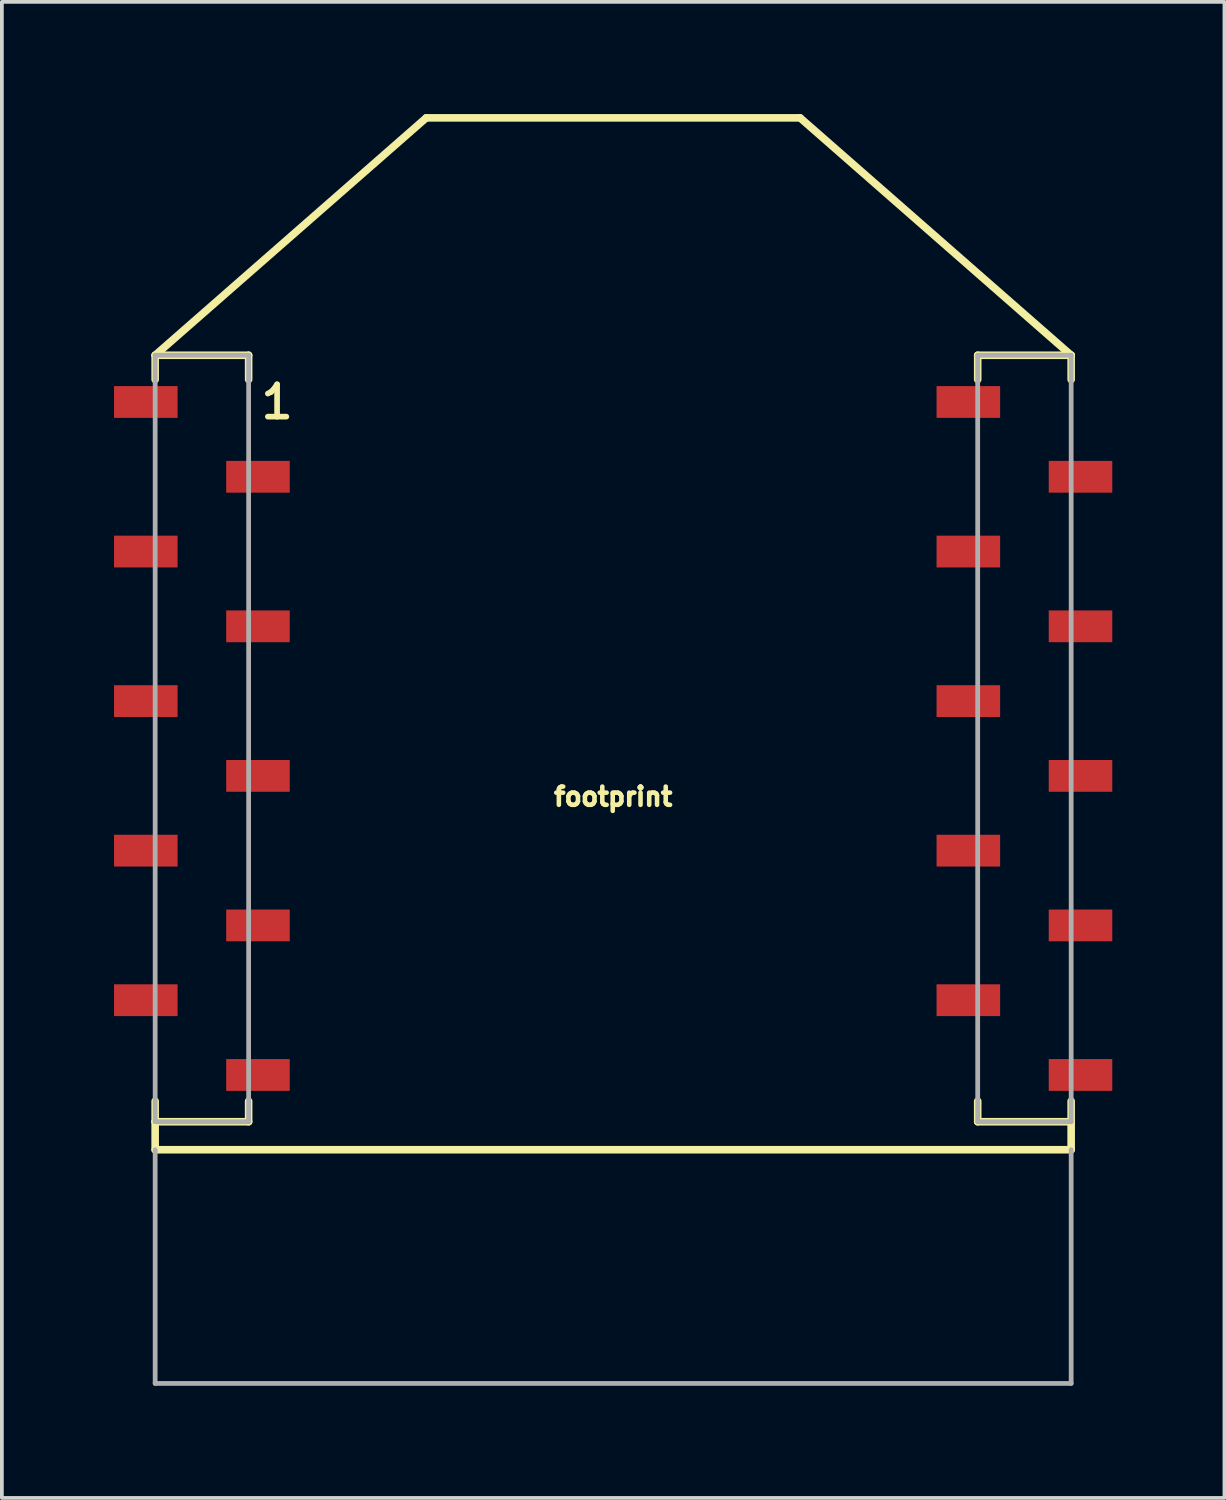
<source format=kicad_pcb>
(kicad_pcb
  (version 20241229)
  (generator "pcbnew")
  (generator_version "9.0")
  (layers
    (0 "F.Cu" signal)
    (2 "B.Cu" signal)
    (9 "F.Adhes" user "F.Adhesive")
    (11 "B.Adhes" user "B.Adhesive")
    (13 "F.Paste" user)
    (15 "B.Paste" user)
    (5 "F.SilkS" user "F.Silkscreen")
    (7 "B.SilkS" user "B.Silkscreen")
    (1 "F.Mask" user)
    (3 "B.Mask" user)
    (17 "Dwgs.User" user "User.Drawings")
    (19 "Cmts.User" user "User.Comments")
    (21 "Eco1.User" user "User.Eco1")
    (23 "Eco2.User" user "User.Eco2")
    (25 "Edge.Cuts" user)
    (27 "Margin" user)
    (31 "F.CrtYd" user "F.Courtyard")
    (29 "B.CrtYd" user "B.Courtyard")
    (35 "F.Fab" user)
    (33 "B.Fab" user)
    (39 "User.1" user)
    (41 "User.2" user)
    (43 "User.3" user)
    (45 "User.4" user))
  (footprint "footprint"
    (layer "F.Cu")
    (at 13.35 27.702)
    (property "Reference" "footprint" (at 0 -9.16 0) (layer "F.SilkS") (effects (font (size 0.488 0.488) (thickness 0.122)) (justify bottom)))
    (fp_line (start -12.25 -21.25) (end -12.25 -20.6) (stroke (width 0.203) (type solid)) (layer "F.SilkS"))
    (fp_line (start -12.25 -21.25) (end -5 -27.6) (stroke (width 0.203) (type solid)) (layer "F.SilkS"))
    (fp_line (start -12.25 -1.3) (end -12.25 -0.75) (stroke (width 0.203) (type solid)) (layer "F.SilkS"))
    (fp_line (start -12.25 -0.75) (end -12.25 0) (stroke (width 0.203) (type solid)) (layer "F.SilkS"))
    (fp_line (start -12.25 -0.75) (end -9.75 -0.75) (stroke (width 0.203) (type solid)) (layer "F.SilkS"))
    (fp_line (start -12.25 0) (end 12.25 0) (stroke (width 0.203) (type solid)) (layer "F.SilkS"))
    (fp_line (start -9.75 -21.25) (end -12.25 -21.25) (stroke (width 0.203) (type solid)) (layer "F.SilkS"))
    (fp_line (start -9.75 -20.6) (end -9.75 -21.25) (stroke (width 0.203) (type solid)) (layer "F.SilkS"))
    (fp_line (start -9.75 -0.75) (end -9.75 -1.3) (stroke (width 0.203) (type solid)) (layer "F.SilkS"))
    (fp_line (start -5 -27.6) (end 5 -27.6) (stroke (width 0.203) (type solid)) (layer "F.SilkS"))
    (fp_line (start 9.75 -21.25) (end 9.75 -20.6) (stroke (width 0.203) (type solid)) (layer "F.SilkS"))
    (fp_line (start 9.75 -0.75) (end 9.75 -1.3) (stroke (width 0.203) (type solid)) (layer "F.SilkS"))
    (fp_line (start 9.75 -0.75) (end 12.25 -0.75) (stroke (width 0.203) (type solid)) (layer "F.SilkS"))
    (fp_line (start 12.25 -21.25) (end 5 -27.6) (stroke (width 0.203) (type solid)) (layer "F.SilkS"))
    (fp_line (start 12.25 -21.25) (end 9.75 -21.25) (stroke (width 0.203) (type solid)) (layer "F.SilkS"))
    (fp_line (start 12.25 -20.6) (end 12.25 -21.25) (stroke (width 0.203) (type solid)) (layer "F.SilkS"))
    (fp_line (start 12.25 -0.75) (end 12.25 -1.3) (stroke (width 0.203) (type solid)) (layer "F.SilkS"))
    (fp_line (start 12.25 -0.75) (end 12.25 0) (stroke (width 0.203) (type solid)) (layer "F.SilkS"))
    (fp_line (start -12.25 -21.25) (end -9.75 -21.25) (stroke (width 0.127) (type solid)) (layer "F.Fab"))
    (fp_line (start -12.25 -0.75) (end -12.25 -21.25) (stroke (width 0.127) (type solid)) (layer "F.Fab"))
    (fp_line (start -12.25 -0.75) (end -9.75 -0.75) (stroke (width 0.127) (type solid)) (layer "F.Fab"))
    (fp_line (start -12.25 0) (end -12.25 6.25) (stroke (width 0.127) (type solid)) (layer "F.Fab"))
    (fp_line (start -12.25 6.25) (end 12.25 6.25) (stroke (width 0.127) (type solid)) (layer "F.Fab"))
    (fp_line (start -9.75 -21.25) (end -9.75 -0.75) (stroke (width 0.127) (type solid)) (layer "F.Fab"))
    (fp_line (start 9.75 -21.25) (end 12.25 -21.25) (stroke (width 0.127) (type solid)) (layer "F.Fab"))
    (fp_line (start 9.75 -0.75) (end 9.75 -21.25) (stroke (width 0.127) (type solid)) (layer "F.Fab"))
    (fp_line (start 9.75 -0.75) (end 12.25 -0.75) (stroke (width 0.127) (type solid)) (layer "F.Fab"))
    (fp_line (start 12.25 -21.25) (end 12.25 -0.75) (stroke (width 0.127) (type solid)) (layer "F.Fab"))
    (fp_line (start 12.25 0) (end 12.25 6.25) (stroke (width 0.127) (type solid)) (layer "F.Fab"))
    (fp_text user "1" (at -9.5 -20 0) (layer "F.SilkS") (effects (font (size 0.864 0.864) (thickness 0.152)) (justify left)))
    (pad "1" smd rect (at -12.5 -20 90) (size 0.85 1.7) (layers "F.Cu" "F.Mask" "F.Paste"))
    (pad "2" smd rect (at -9.5 -18 90) (size 0.85 1.7) (layers "F.Cu" "F.Mask" "F.Paste"))
    (pad "3" smd rect (at -12.5 -16 90) (size 0.85 1.7) (layers "F.Cu" "F.Mask" "F.Paste"))
    (pad "4" smd rect (at -9.5 -14 90) (size 0.85 1.7) (layers "F.Cu" "F.Mask" "F.Paste"))
    (pad "5" smd rect (at -12.5 -12 90) (size 0.85 1.7) (layers "F.Cu" "F.Mask" "F.Paste"))
    (pad "6" smd rect (at -9.5 -10 90) (size 0.85 1.7) (layers "F.Cu" "F.Mask" "F.Paste"))
    (pad "7" smd rect (at -12.5 -8 90) (size 0.85 1.7) (layers "F.Cu" "F.Mask" "F.Paste"))
    (pad "8" smd rect (at -9.5 -6 90) (size 0.85 1.7) (layers "F.Cu" "F.Mask" "F.Paste"))
    (pad "9" smd rect (at -12.5 -4 90) (size 0.85 1.7) (layers "F.Cu" "F.Mask" "F.Paste"))
    (pad "10" smd rect (at -9.5 -2 90) (size 0.85 1.7) (layers "F.Cu" "F.Mask" "F.Paste"))
    (pad "11" smd rect (at 12.5 -2 90) (size 0.85 1.7) (layers "F.Cu" "F.Mask" "F.Paste"))
    (pad "12" smd rect (at 9.5 -4 90) (size 0.85 1.7) (layers "F.Cu" "F.Mask" "F.Paste"))
    (pad "13" smd rect (at 12.5 -6 90) (size 0.85 1.7) (layers "F.Cu" "F.Mask" "F.Paste"))
    (pad "14" smd rect (at 9.5 -8 90) (size 0.85 1.7) (layers "F.Cu" "F.Mask" "F.Paste"))
    (pad "15" smd rect (at 12.5 -10 90) (size 0.85 1.7) (layers "F.Cu" "F.Mask" "F.Paste"))
    (pad "16" smd rect (at 9.5 -12 90) (size 0.85 1.7) (layers "F.Cu" "F.Mask" "F.Paste"))
    (pad "17" smd rect (at 12.5 -14 90) (size 0.85 1.7) (layers "F.Cu" "F.Mask" "F.Paste"))
    (pad "18" smd rect (at 9.5 -16 90) (size 0.85 1.7) (layers "F.Cu" "F.Mask" "F.Paste"))
    (pad "19" smd rect (at 12.5 -18 90) (size 0.85 1.7) (layers "F.Cu" "F.Mask" "F.Paste"))
    (pad "20" smd rect (at 9.5 -20 90) (size 0.85 1.7) (layers "F.Cu" "F.Mask" "F.Paste")))
  (gr_rect
    (start -3 -3)
    (end 29.7 37.015)
    (stroke (width 0.1) (type default))
    (fill no)
    (layer "Edge.Cuts")))
</source>
